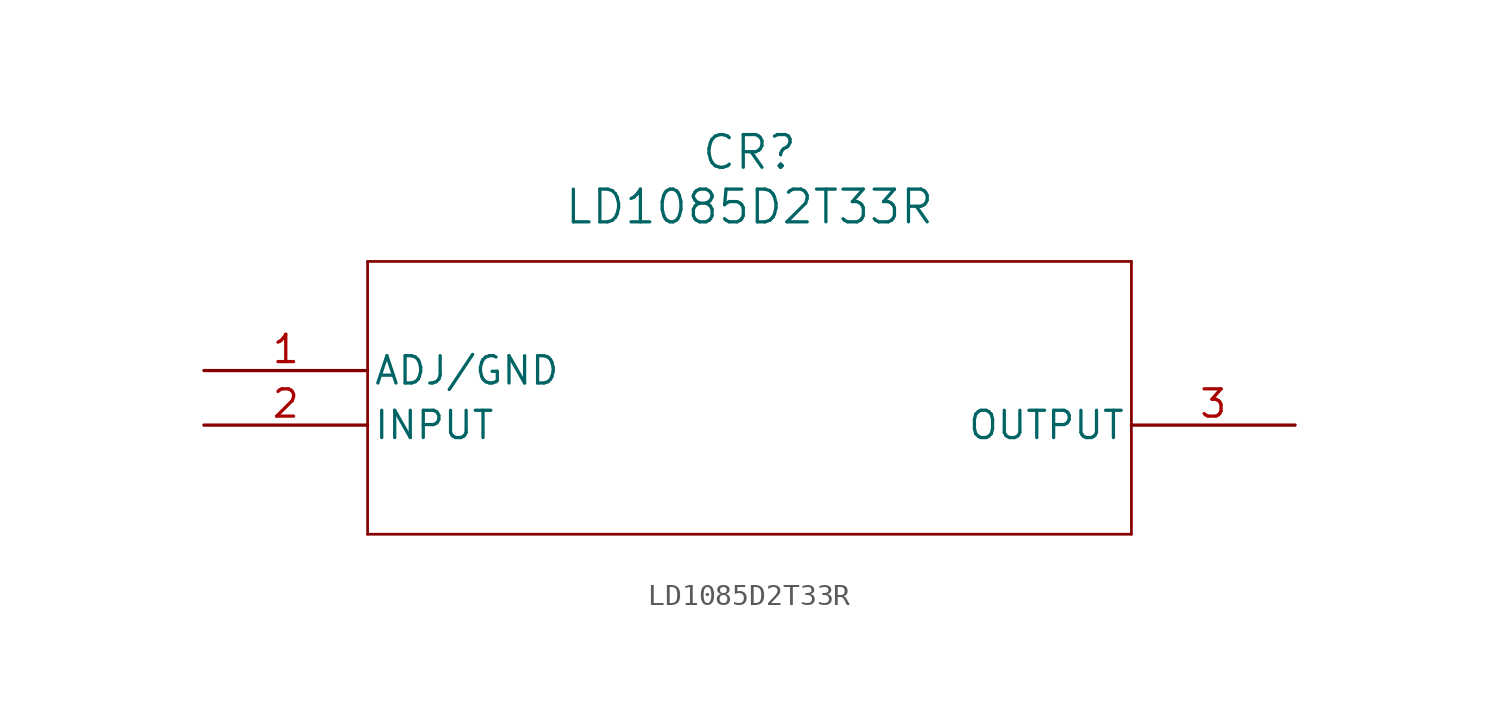
<source format=kicad_sym>
(kicad_symbol_lib
  (version 20211014)
  (generator kicad_symbol_editor)
  (symbol "LD1085D2T33R"
    (pin_names
      (offset 0.254))
    (property "Reference" "CR"
      (at 25.4 10.16 0)
      (effects (font (size 1.524 1.524))))
    (property "Value" "LD1085D2T33R"
      (at 25.4 7.62 0)
      (effects (font (size 1.524 1.524))))
    (symbol "LD1085D2T33R_0_1"
      (polyline (pts (xy 7.62 5.08) (xy 7.62 -7.62)) (stroke (width 0.127) (type default) (color 0 0 0 0)) (fill (type none)))
      (polyline (pts (xy 7.62 -7.62) (xy 43.18 -7.62)) (stroke (width 0.127) (type default) (color 0 0 0 0)) (fill (type none)))
      (polyline (pts (xy 43.18 -7.62) (xy 43.18 5.08)) (stroke (width 0.127) (type default) (color 0 0 0 0)) (fill (type none)))
      (polyline (pts (xy 43.18 5.08) (xy 7.62 5.08)) (stroke (width 0.127) (type default) (color 0 0 0 0)) (fill (type none)))
      (pin power_out line (at 0 0 0) (length 7.62) (name "ADJ/GND" (effects (font (size 1.27 1.27)))) (number "1" (effects (font (size 1.27 1.27)))))
      (pin input line (at 0 -2.54 0) (length 7.62) (name "INPUT" (effects (font (size 1.27 1.27)))) (number "2" (effects (font (size 1.27 1.27)))))
      (pin output line (at 50.8 -2.54 180) (length 7.62) (name "OUTPUT" (effects (font (size 1.27 1.27)))) (number "3" (effects (font (size 1.27 1.27))))))))
</source>
